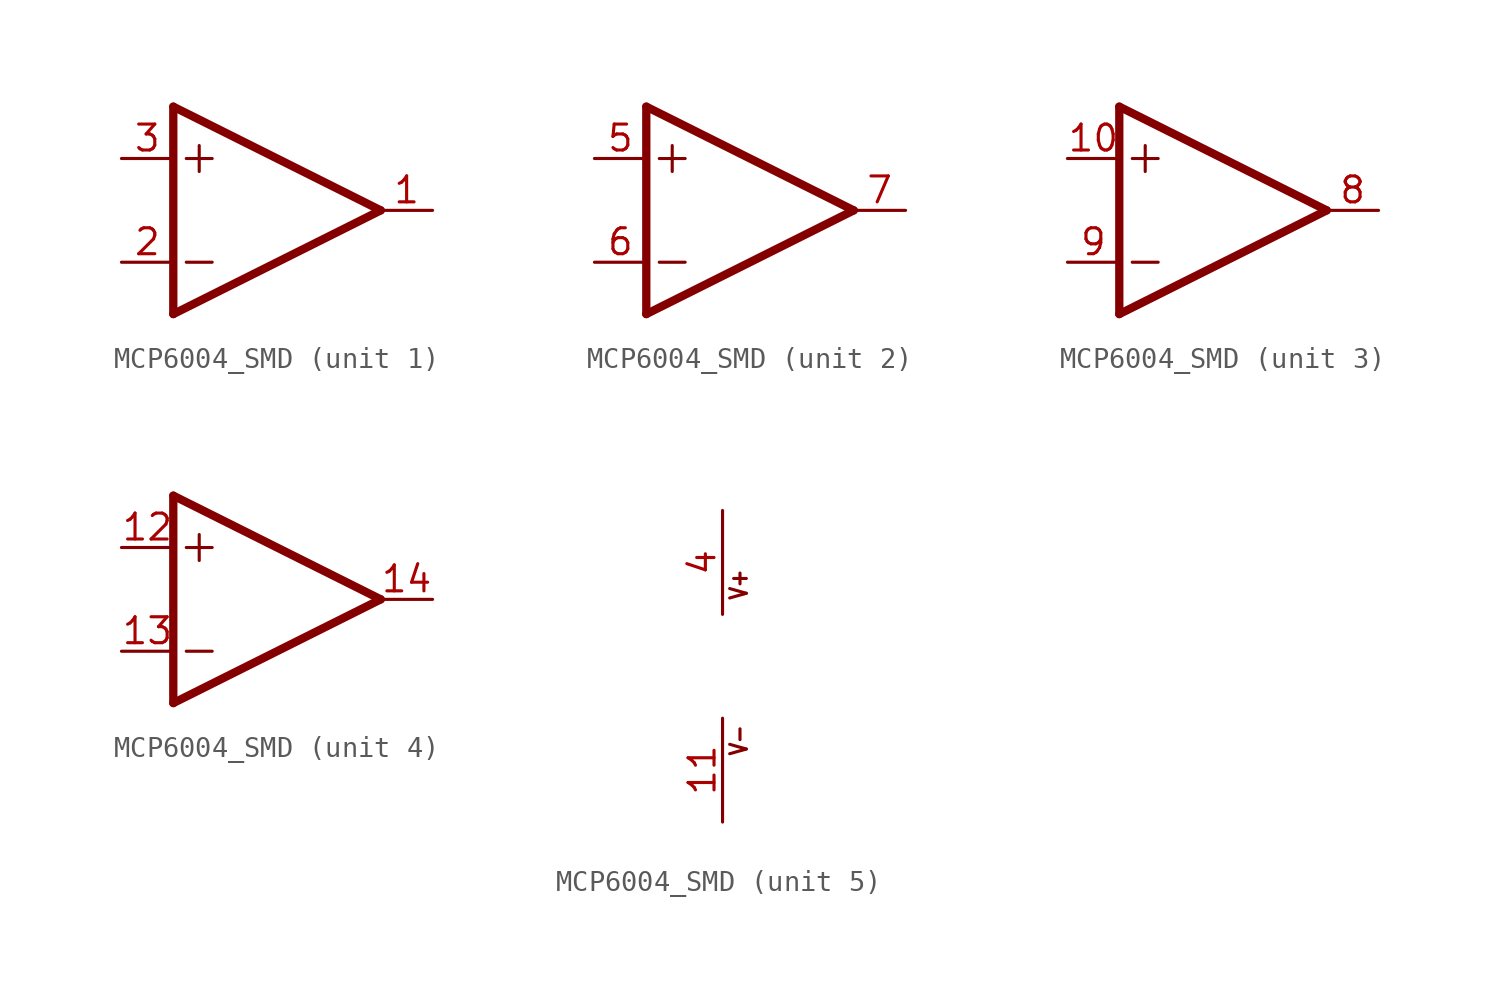
<source format=kicad_sym>
(kicad_symbol_lib
  (version 20211014)
  (generator kicad_symbol_editor)
  (symbol "MCP6004_SMD"
    (property "Reference" "U"
      (at 2.54 3.175 0)
      (effects (font (size 1.778 1.511)) (justify left bottom) hide))
    (property "ki_locked" ""
      (at 0 0 0)
      (effects (font (size 1.27 1.27))))
    (symbol "MCP6004_SMD_1_0"
      (polyline (pts (xy -5.08 -5.08) (xy 5.08 0)) (stroke (width 0.406) (type default) (color 0 0 0 0)) (fill (type none)))
      (polyline (pts (xy -5.08 5.08) (xy -5.08 -5.08)) (stroke (width 0.406) (type default) (color 0 0 0 0)) (fill (type none)))
      (polyline (pts (xy -4.445 -2.54) (xy -3.175 -2.54)) (stroke (width 0.152) (type default) (color 0 0 0 0)) (fill (type none)))
      (polyline (pts (xy -4.445 2.54) (xy -3.175 2.54)) (stroke (width 0.152) (type default) (color 0 0 0 0)) (fill (type none)))
      (polyline (pts (xy -3.81 3.175) (xy -3.81 1.905)) (stroke (width 0.152) (type default) (color 0 0 0 0)) (fill (type none)))
      (polyline (pts (xy 5.08 0) (xy -5.08 5.08)) (stroke (width 0.406) (type default) (color 0 0 0 0)) (fill (type none)))
      (pin output line (at 7.62 0 180) (length 2.54) (name "OUT" (effects (font (size 0 0)))) (number "1" (effects (font (size 1.27 1.27)))))
      (pin input line (at -7.62 -2.54 0) (length 2.54) (name "-IN" (effects (font (size 0 0)))) (number "2" (effects (font (size 1.27 1.27)))))
      (pin input line (at -7.62 2.54 0) (length 2.54) (name "+IN" (effects (font (size 0 0)))) (number "3" (effects (font (size 1.27 1.27))))))
    (symbol "MCP6004_SMD_2_0"
      (polyline (pts (xy -5.08 -5.08) (xy 5.08 0)) (stroke (width 0.406) (type default) (color 0 0 0 0)) (fill (type none)))
      (polyline (pts (xy -5.08 5.08) (xy -5.08 -5.08)) (stroke (width 0.406) (type default) (color 0 0 0 0)) (fill (type none)))
      (polyline (pts (xy -4.445 -2.54) (xy -3.175 -2.54)) (stroke (width 0.152) (type default) (color 0 0 0 0)) (fill (type none)))
      (polyline (pts (xy -4.445 2.54) (xy -3.175 2.54)) (stroke (width 0.152) (type default) (color 0 0 0 0)) (fill (type none)))
      (polyline (pts (xy -3.81 3.175) (xy -3.81 1.905)) (stroke (width 0.152) (type default) (color 0 0 0 0)) (fill (type none)))
      (polyline (pts (xy 5.08 0) (xy -5.08 5.08)) (stroke (width 0.406) (type default) (color 0 0 0 0)) (fill (type none)))
      (pin input line (at -7.62 2.54 0) (length 2.54) (name "+IN" (effects (font (size 0 0)))) (number "5" (effects (font (size 1.27 1.27)))))
      (pin input line (at -7.62 -2.54 0) (length 2.54) (name "-IN" (effects (font (size 0 0)))) (number "6" (effects (font (size 1.27 1.27)))))
      (pin output line (at 7.62 0 180) (length 2.54) (name "OUT" (effects (font (size 0 0)))) (number "7" (effects (font (size 1.27 1.27))))))
    (symbol "MCP6004_SMD_3_0"
      (polyline (pts (xy -5.08 -5.08) (xy 5.08 0)) (stroke (width 0.406) (type default) (color 0 0 0 0)) (fill (type none)))
      (polyline (pts (xy -5.08 5.08) (xy -5.08 -5.08)) (stroke (width 0.406) (type default) (color 0 0 0 0)) (fill (type none)))
      (polyline (pts (xy -4.445 -2.54) (xy -3.175 -2.54)) (stroke (width 0.152) (type default) (color 0 0 0 0)) (fill (type none)))
      (polyline (pts (xy -4.445 2.54) (xy -3.175 2.54)) (stroke (width 0.152) (type default) (color 0 0 0 0)) (fill (type none)))
      (polyline (pts (xy -3.81 3.175) (xy -3.81 1.905)) (stroke (width 0.152) (type default) (color 0 0 0 0)) (fill (type none)))
      (polyline (pts (xy 5.08 0) (xy -5.08 5.08)) (stroke (width 0.406) (type default) (color 0 0 0 0)) (fill (type none)))
      (pin input line (at -7.62 2.54 0) (length 2.54) (name "+IN" (effects (font (size 0 0)))) (number "10" (effects (font (size 1.27 1.27)))))
      (pin output line (at 7.62 0 180) (length 2.54) (name "OUT" (effects (font (size 0 0)))) (number "8" (effects (font (size 1.27 1.27)))))
      (pin input line (at -7.62 -2.54 0) (length 2.54) (name "-IN" (effects (font (size 0 0)))) (number "9" (effects (font (size 1.27 1.27))))))
    (symbol "MCP6004_SMD_4_0"
      (polyline (pts (xy -5.08 -5.08) (xy 5.08 0)) (stroke (width 0.406) (type default) (color 0 0 0 0)) (fill (type none)))
      (polyline (pts (xy -5.08 5.08) (xy -5.08 -5.08)) (stroke (width 0.406) (type default) (color 0 0 0 0)) (fill (type none)))
      (polyline (pts (xy -4.445 -2.54) (xy -3.175 -2.54)) (stroke (width 0.152) (type default) (color 0 0 0 0)) (fill (type none)))
      (polyline (pts (xy -4.445 2.54) (xy -3.175 2.54)) (stroke (width 0.152) (type default) (color 0 0 0 0)) (fill (type none)))
      (polyline (pts (xy -3.81 3.175) (xy -3.81 1.905)) (stroke (width 0.152) (type default) (color 0 0 0 0)) (fill (type none)))
      (polyline (pts (xy 5.08 0) (xy -5.08 5.08)) (stroke (width 0.406) (type default) (color 0 0 0 0)) (fill (type none)))
      (pin input line (at -7.62 2.54 0) (length 2.54) (name "+IN" (effects (font (size 0 0)))) (number "12" (effects (font (size 1.27 1.27)))))
      (pin input line (at -7.62 -2.54 0) (length 2.54) (name "-IN" (effects (font (size 0 0)))) (number "13" (effects (font (size 1.27 1.27)))))
      (pin output line (at 7.62 0 180) (length 2.54) (name "OUT" (effects (font (size 0 0)))) (number "14" (effects (font (size 1.27 1.27))))))
    (symbol "MCP6004_SMD_5_0"
      (text "V+" (at 1.27 3.175 900) (effects (font (size 0.813 0.691)) (justify left bottom)))
      (text "V-" (at 1.27 -4.445 900) (effects (font (size 0.813 0.691)) (justify left bottom)))
      (pin power_in line (at 0 -7.62 90) (length 5.08) (name "V-" (effects (font (size 0 0)))) (number "11" (effects (font (size 1.27 1.27)))))
      (pin power_in line (at 0 7.62 270) (length 5.08) (name "V+" (effects (font (size 0 0)))) (number "4" (effects (font (size 1.27 1.27))))))))
</source>
